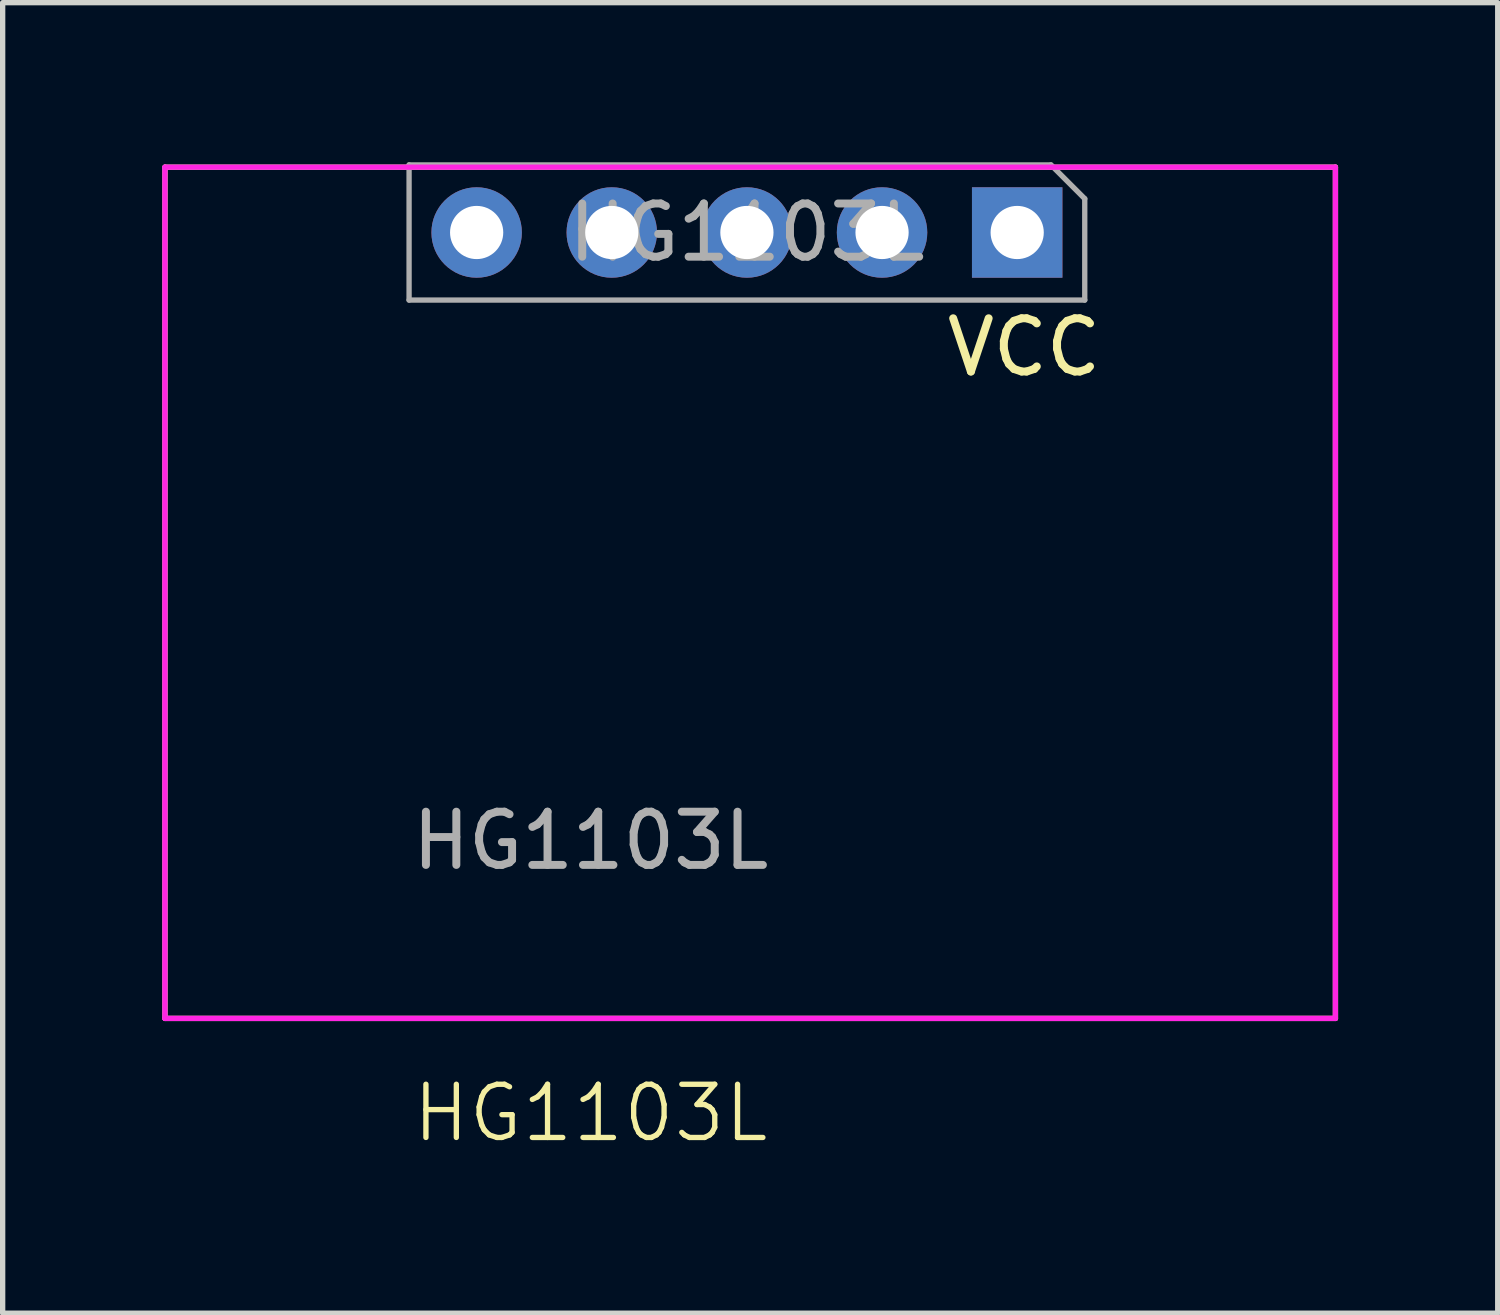
<source format=kicad_pcb>
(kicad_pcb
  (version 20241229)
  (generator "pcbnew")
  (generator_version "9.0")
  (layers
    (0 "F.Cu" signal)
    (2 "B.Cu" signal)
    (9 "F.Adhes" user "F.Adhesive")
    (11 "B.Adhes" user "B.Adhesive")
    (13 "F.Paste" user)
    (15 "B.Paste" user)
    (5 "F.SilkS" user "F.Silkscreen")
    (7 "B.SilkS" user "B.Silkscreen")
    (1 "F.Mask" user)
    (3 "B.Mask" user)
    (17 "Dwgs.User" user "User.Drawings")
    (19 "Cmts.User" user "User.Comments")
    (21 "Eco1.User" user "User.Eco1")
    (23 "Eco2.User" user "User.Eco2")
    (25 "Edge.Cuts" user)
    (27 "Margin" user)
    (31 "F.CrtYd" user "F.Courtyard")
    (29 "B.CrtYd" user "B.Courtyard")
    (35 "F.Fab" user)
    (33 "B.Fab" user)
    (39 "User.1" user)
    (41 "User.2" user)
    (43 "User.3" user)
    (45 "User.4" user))
  (footprint "HG1103L"
    (layer "F.Cu")
    (at 8.179 10.377)
    (property "Reference" "HG1103L" (at -0.128 7.495 0) (unlocked yes) (layer "F.SilkS") (effects (font (size 1 1) (thickness 0.1))))
    (attr through_hole)
    (fp_line (start -8.128 -10.285) (end -8.128 5.715) (stroke (width 0.1) (type default)) (layer "F.SilkS"))
    (fp_line (start -8.128 -10.285) (end 13.872 -10.285) (stroke (width 0.1) (type default)) (layer "F.SilkS"))
    (fp_line (start -8.128 5.715) (end 13.872 5.715) (stroke (width 0.1) (type default)) (layer "F.SilkS"))
    (fp_line (start 13.872 -10.285) (end 13.872 5.715) (stroke (width 0.1) (type default)) (layer "F.SilkS"))
    (fp_line (start -8.129 -10.285) (end -8.129 5.715) (stroke (width 0.1) (type default)) (layer "F.CrtYd"))
    (fp_line (start -8.129 -10.285) (end 13.871 -10.285) (stroke (width 0.1) (type default)) (layer "F.CrtYd"))
    (fp_line (start -8.129 5.715) (end 13.871 5.715) (stroke (width 0.1) (type default)) (layer "F.CrtYd"))
    (fp_line (start 13.871 -10.285) (end 13.871 5.715) (stroke (width 0.1) (type default)) (layer "F.CrtYd"))
    (fp_line (start -3.54 -10.327) (end 8.525 -10.327) (stroke (width 0.1) (type solid)) (layer "F.Fab"))
    (fp_line (start -3.54 -7.787) (end -3.54 -10.327) (stroke (width 0.1) (type solid)) (layer "F.Fab"))
    (fp_line (start 8.525 -10.327) (end 9.16 -9.692) (stroke (width 0.1) (type solid)) (layer "F.Fab"))
    (fp_line (start 9.16 -9.692) (end 9.16 -7.787) (stroke (width 0.1) (type solid)) (layer "F.Fab"))
    (fp_line (start 9.16 -7.787) (end -3.54 -7.787) (stroke (width 0.1) (type solid)) (layer "F.Fab"))
    (fp_text user "VCC" (at 6.493 -6.314 0) (unlocked yes) (layer "F.SilkS") (effects (font (size 1 1) (thickness 0.15)) (justify left bottom)))
    (fp_text user "${REFERENCE}" (at -0.128 2.375 0) (unlocked yes) (layer "F.Fab") (effects (font (size 1 1) (thickness 0.15))))
    (fp_text user "${REFERENCE}" (at 2.81 -9.057 0) (layer "F.Fab") (effects (font (size 1 1) (thickness 0.15))))
    (pad "1" thru_hole rect (at 7.89 -9.057 270) (size 1.7 1.7) (drill 1) (layers "*.Cu" "*.Mask"))
    (pad "2" thru_hole oval (at 5.35 -9.057 270) (size 1.7 1.7) (drill 1) (layers "*.Cu" "*.Mask"))
    (pad "3" thru_hole oval (at 2.81 -9.057 270) (size 1.7 1.7) (drill 1) (layers "*.Cu" "*.Mask"))
    (pad "4" thru_hole oval (at 0.27 -9.057 270) (size 1.7 1.7) (drill 1) (layers "*.Cu" "*.Mask"))
    (pad "5" thru_hole oval (at -2.27 -9.057 270) (size 1.7 1.7) (drill 1) (layers "*.Cu" "*.Mask")))
  (gr_rect
    (start -3 -3)
    (end 25.101 21.633)
    (stroke (width 0.1) (type default))
    (fill no)
    (layer "Edge.Cuts")))
</source>
